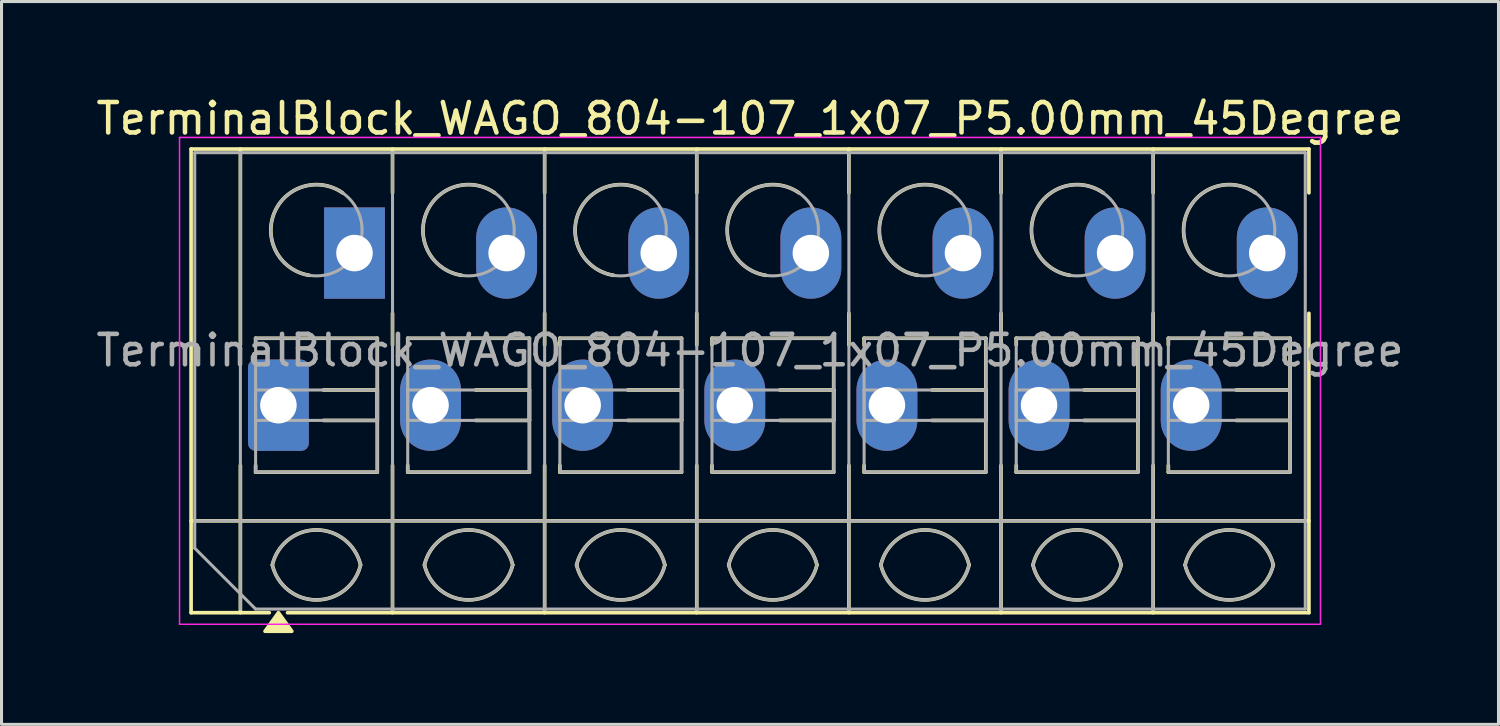
<source format=kicad_pcb>
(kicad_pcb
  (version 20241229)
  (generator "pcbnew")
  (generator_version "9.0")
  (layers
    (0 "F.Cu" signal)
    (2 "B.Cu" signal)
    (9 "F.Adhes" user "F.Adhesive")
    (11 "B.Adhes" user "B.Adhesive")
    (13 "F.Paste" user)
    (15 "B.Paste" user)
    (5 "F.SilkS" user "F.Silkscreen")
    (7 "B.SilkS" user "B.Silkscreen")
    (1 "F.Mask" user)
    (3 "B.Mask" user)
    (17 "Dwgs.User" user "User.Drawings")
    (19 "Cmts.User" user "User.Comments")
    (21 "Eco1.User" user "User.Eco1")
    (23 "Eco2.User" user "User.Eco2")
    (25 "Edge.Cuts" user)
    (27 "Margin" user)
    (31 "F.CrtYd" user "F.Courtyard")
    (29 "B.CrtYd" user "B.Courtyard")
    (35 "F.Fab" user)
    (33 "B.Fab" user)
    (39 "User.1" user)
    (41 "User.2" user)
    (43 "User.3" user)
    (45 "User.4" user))
  (footprint "TerminalBlock_WAGO_804-107_1x07_P5.00mm_45Degree"
    (layer "F.Cu")
    (at 6.101 10.268)
    (property "Reference" "TerminalBlock_WAGO_804-107_1x07_P5.00mm_45Degree" (at 15.5 -9.42 0) (layer "F.SilkS") (effects (font (size 1 1) (thickness 0.15))))
    (attr through_hole)
    (fp_line (start -2.87 -8.42) (end 33.87 -8.42) (stroke (width 0.12) (type solid)) (layer "F.SilkS"))
    (fp_line (start -2.87 3.8) (end 33.87 3.8) (stroke (width 0.12) (type solid)) (layer "F.SilkS"))
    (fp_line (start -2.87 6.82) (end -2.87 -8.42) (stroke (width 0.12) (type solid)) (layer "F.SilkS"))
    (fp_line (start -1.25 -8.42) (end -1.25 -1.98) (stroke (width 0.12) (type solid)) (layer "F.SilkS"))
    (fp_line (start -1.25 1.98) (end -1.25 6.82) (stroke (width 0.12) (type solid)) (layer "F.SilkS"))
    (fp_line (start -0.75 -2.2) (end 3.25 -2.2) (stroke (width 0.12) (type solid)) (layer "F.SilkS"))
    (fp_line (start -0.75 -1.98) (end -0.75 -2.2) (stroke (width 0.12) (type solid)) (layer "F.SilkS"))
    (fp_line (start -0.75 2.2) (end -0.75 1.98) (stroke (width 0.12) (type solid)) (layer "F.SilkS"))
    (fp_line (start -0.3 6.82) (end -2.87 6.82) (stroke (width 0.12) (type solid)) (layer "F.SilkS"))
    (fp_line (start 1.48 -0.5) (end 3.25 -0.5) (stroke (width 0.12) (type solid)) (layer "F.SilkS"))
    (fp_line (start 3.25 -2.2) (end 3.25 2.2) (stroke (width 0.12) (type solid)) (layer "F.SilkS"))
    (fp_line (start 3.25 -0.5) (end 3.25 0.5) (stroke (width 0.12) (type solid)) (layer "F.SilkS"))
    (fp_line (start 3.25 0.5) (end 1.48 0.5) (stroke (width 0.12) (type solid)) (layer "F.SilkS"))
    (fp_line (start 3.25 2.2) (end -0.75 2.2) (stroke (width 0.12) (type solid)) (layer "F.SilkS"))
    (fp_line (start 3.75 -8.42) (end 3.75 -6.98) (stroke (width 0.12) (type solid)) (layer "F.SilkS"))
    (fp_line (start 3.75 -3.02) (end 3.75 -1.98) (stroke (width 0.12) (type solid)) (layer "F.SilkS"))
    (fp_line (start 3.75 1.98) (end 3.75 6.82) (stroke (width 0.12) (type solid)) (layer "F.SilkS"))
    (fp_line (start 4.25 -2.2) (end 8.25 -2.2) (stroke (width 0.12) (type solid)) (layer "F.SilkS"))
    (fp_line (start 4.25 -1.98) (end 4.25 -2.2) (stroke (width 0.12) (type solid)) (layer "F.SilkS"))
    (fp_line (start 4.25 2.2) (end 4.25 1.98) (stroke (width 0.12) (type solid)) (layer "F.SilkS"))
    (fp_line (start 6.48 -0.5) (end 8.25 -0.5) (stroke (width 0.12) (type solid)) (layer "F.SilkS"))
    (fp_line (start 8.25 -2.2) (end 8.25 2.2) (stroke (width 0.12) (type solid)) (layer "F.SilkS"))
    (fp_line (start 8.25 -0.5) (end 8.25 0.5) (stroke (width 0.12) (type solid)) (layer "F.SilkS"))
    (fp_line (start 8.25 0.5) (end 6.48 0.5) (stroke (width 0.12) (type solid)) (layer "F.SilkS"))
    (fp_line (start 8.25 2.2) (end 4.25 2.2) (stroke (width 0.12) (type solid)) (layer "F.SilkS"))
    (fp_line (start 8.75 -8.42) (end 8.75 -6.98) (stroke (width 0.12) (type solid)) (layer "F.SilkS"))
    (fp_line (start 8.75 -3.02) (end 8.75 -1.98) (stroke (width 0.12) (type solid)) (layer "F.SilkS"))
    (fp_line (start 8.75 1.98) (end 8.75 6.82) (stroke (width 0.12) (type solid)) (layer "F.SilkS"))
    (fp_line (start 9.25 -2.2) (end 13.25 -2.2) (stroke (width 0.12) (type solid)) (layer "F.SilkS"))
    (fp_line (start 9.25 -1.98) (end 9.25 -2.2) (stroke (width 0.12) (type solid)) (layer "F.SilkS"))
    (fp_line (start 9.25 2.2) (end 9.25 1.98) (stroke (width 0.12) (type solid)) (layer "F.SilkS"))
    (fp_line (start 11.48 -0.5) (end 13.25 -0.5) (stroke (width 0.12) (type solid)) (layer "F.SilkS"))
    (fp_line (start 13.25 -2.2) (end 13.25 2.2) (stroke (width 0.12) (type solid)) (layer "F.SilkS"))
    (fp_line (start 13.25 -0.5) (end 13.25 0.5) (stroke (width 0.12) (type solid)) (layer "F.SilkS"))
    (fp_line (start 13.25 0.5) (end 11.48 0.5) (stroke (width 0.12) (type solid)) (layer "F.SilkS"))
    (fp_line (start 13.25 2.2) (end 9.25 2.2) (stroke (width 0.12) (type solid)) (layer "F.SilkS"))
    (fp_line (start 13.75 -8.42) (end 13.75 -6.98) (stroke (width 0.12) (type solid)) (layer "F.SilkS"))
    (fp_line (start 13.75 -3.02) (end 13.75 -1.98) (stroke (width 0.12) (type solid)) (layer "F.SilkS"))
    (fp_line (start 13.75 1.98) (end 13.75 6.82) (stroke (width 0.12) (type solid)) (layer "F.SilkS"))
    (fp_line (start 14.25 -2.2) (end 18.25 -2.2) (stroke (width 0.12) (type solid)) (layer "F.SilkS"))
    (fp_line (start 14.25 -1.98) (end 14.25 -2.2) (stroke (width 0.12) (type solid)) (layer "F.SilkS"))
    (fp_line (start 14.25 2.2) (end 14.25 1.98) (stroke (width 0.12) (type solid)) (layer "F.SilkS"))
    (fp_line (start 16.48 -0.5) (end 18.25 -0.5) (stroke (width 0.12) (type solid)) (layer "F.SilkS"))
    (fp_line (start 18.25 -2.2) (end 18.25 2.2) (stroke (width 0.12) (type solid)) (layer "F.SilkS"))
    (fp_line (start 18.25 -0.5) (end 18.25 0.5) (stroke (width 0.12) (type solid)) (layer "F.SilkS"))
    (fp_line (start 18.25 0.5) (end 16.48 0.5) (stroke (width 0.12) (type solid)) (layer "F.SilkS"))
    (fp_line (start 18.25 2.2) (end 14.25 2.2) (stroke (width 0.12) (type solid)) (layer "F.SilkS"))
    (fp_line (start 18.75 -8.42) (end 18.75 -6.98) (stroke (width 0.12) (type solid)) (layer "F.SilkS"))
    (fp_line (start 18.75 -3.02) (end 18.75 -1.98) (stroke (width 0.12) (type solid)) (layer "F.SilkS"))
    (fp_line (start 18.75 1.98) (end 18.75 6.82) (stroke (width 0.12) (type solid)) (layer "F.SilkS"))
    (fp_line (start 19.25 -2.2) (end 23.25 -2.2) (stroke (width 0.12) (type solid)) (layer "F.SilkS"))
    (fp_line (start 19.25 -1.98) (end 19.25 -2.2) (stroke (width 0.12) (type solid)) (layer "F.SilkS"))
    (fp_line (start 19.25 2.2) (end 19.25 1.98) (stroke (width 0.12) (type solid)) (layer "F.SilkS"))
    (fp_line (start 21.48 -0.5) (end 23.25 -0.5) (stroke (width 0.12) (type solid)) (layer "F.SilkS"))
    (fp_line (start 23.25 -2.2) (end 23.25 2.2) (stroke (width 0.12) (type solid)) (layer "F.SilkS"))
    (fp_line (start 23.25 -0.5) (end 23.25 0.5) (stroke (width 0.12) (type solid)) (layer "F.SilkS"))
    (fp_line (start 23.25 0.5) (end 21.48 0.5) (stroke (width 0.12) (type solid)) (layer "F.SilkS"))
    (fp_line (start 23.25 2.2) (end 19.25 2.2) (stroke (width 0.12) (type solid)) (layer "F.SilkS"))
    (fp_line (start 23.75 -8.42) (end 23.75 -6.98) (stroke (width 0.12) (type solid)) (layer "F.SilkS"))
    (fp_line (start 23.75 -3.02) (end 23.75 -1.98) (stroke (width 0.12) (type solid)) (layer "F.SilkS"))
    (fp_line (start 23.75 1.98) (end 23.75 6.82) (stroke (width 0.12) (type solid)) (layer "F.SilkS"))
    (fp_line (start 24.25 -2.2) (end 28.25 -2.2) (stroke (width 0.12) (type solid)) (layer "F.SilkS"))
    (fp_line (start 24.25 -1.98) (end 24.25 -2.2) (stroke (width 0.12) (type solid)) (layer "F.SilkS"))
    (fp_line (start 24.25 2.2) (end 24.25 1.98) (stroke (width 0.12) (type solid)) (layer "F.SilkS"))
    (fp_line (start 26.48 -0.5) (end 28.25 -0.5) (stroke (width 0.12) (type solid)) (layer "F.SilkS"))
    (fp_line (start 28.25 -2.2) (end 28.25 2.2) (stroke (width 0.12) (type solid)) (layer "F.SilkS"))
    (fp_line (start 28.25 -0.5) (end 28.25 0.5) (stroke (width 0.12) (type solid)) (layer "F.SilkS"))
    (fp_line (start 28.25 0.5) (end 26.48 0.5) (stroke (width 0.12) (type solid)) (layer "F.SilkS"))
    (fp_line (start 28.25 2.2) (end 24.25 2.2) (stroke (width 0.12) (type solid)) (layer "F.SilkS"))
    (fp_line (start 28.75 -8.42) (end 28.75 -6.98) (stroke (width 0.12) (type solid)) (layer "F.SilkS"))
    (fp_line (start 28.75 -3.02) (end 28.75 -1.98) (stroke (width 0.12) (type solid)) (layer "F.SilkS"))
    (fp_line (start 28.75 1.98) (end 28.75 6.82) (stroke (width 0.12) (type solid)) (layer "F.SilkS"))
    (fp_line (start 29.25 -2.2) (end 33.25 -2.2) (stroke (width 0.12) (type solid)) (layer "F.SilkS"))
    (fp_line (start 29.25 -1.98) (end 29.25 -2.2) (stroke (width 0.12) (type solid)) (layer "F.SilkS"))
    (fp_line (start 29.25 2.2) (end 29.25 1.98) (stroke (width 0.12) (type solid)) (layer "F.SilkS"))
    (fp_line (start 31.48 -0.5) (end 33.25 -0.5) (stroke (width 0.12) (type solid)) (layer "F.SilkS"))
    (fp_line (start 33.25 -2.2) (end 33.25 2.2) (stroke (width 0.12) (type solid)) (layer "F.SilkS"))
    (fp_line (start 33.25 -0.5) (end 33.25 0.5) (stroke (width 0.12) (type solid)) (layer "F.SilkS"))
    (fp_line (start 33.25 0.5) (end 31.48 0.5) (stroke (width 0.12) (type solid)) (layer "F.SilkS"))
    (fp_line (start 33.25 2.2) (end 29.25 2.2) (stroke (width 0.12) (type solid)) (layer "F.SilkS"))
    (fp_line (start 33.87 -8.42) (end 33.87 -6.98) (stroke (width 0.12) (type solid)) (layer "F.SilkS"))
    (fp_line (start 33.87 -3.02) (end 33.87 6.82) (stroke (width 0.12) (type solid)) (layer "F.SilkS"))
    (fp_line (start 33.87 6.82) (end 0.3 6.82) (stroke (width 0.12) (type solid)) (layer "F.SilkS"))
    (fp_arc (start -0.2 5.25) (mid 1.25 4.1) (end 2.7 5.25) (stroke (width 0.12) (type solid)) (layer "F.SilkS"))
    (fp_arc (start 1.02 -4.268) (mid -0.141916 -6.309209) (end 2.109 -6.98) (stroke (width 0.12) (type solid)) (layer "F.SilkS"))
    (fp_arc (start 2.7 5.25) (mid 1.25 6.4) (end -0.2 5.25) (stroke (width 0.12) (type solid)) (layer "F.SilkS"))
    (fp_arc (start 4.8 5.25) (mid 6.25 4.1) (end 7.7 5.25) (stroke (width 0.12) (type solid)) (layer "F.SilkS"))
    (fp_arc (start 6.02 -4.268) (mid 4.858084 -6.309209) (end 7.109 -6.98) (stroke (width 0.12) (type solid)) (layer "F.SilkS"))
    (fp_arc (start 7.7 5.25) (mid 6.25 6.4) (end 4.8 5.25) (stroke (width 0.12) (type solid)) (layer "F.SilkS"))
    (fp_arc (start 9.8 5.25) (mid 11.25 4.1) (end 12.7 5.25) (stroke (width 0.12) (type solid)) (layer "F.SilkS"))
    (fp_arc (start 11.02 -4.268) (mid 9.858084 -6.309209) (end 12.109 -6.98) (stroke (width 0.12) (type solid)) (layer "F.SilkS"))
    (fp_arc (start 12.7 5.25) (mid 11.25 6.4) (end 9.8 5.25) (stroke (width 0.12) (type solid)) (layer "F.SilkS"))
    (fp_arc (start 14.8 5.25) (mid 16.25 4.1) (end 17.7 5.25) (stroke (width 0.12) (type solid)) (layer "F.SilkS"))
    (fp_arc (start 16.02 -4.268) (mid 14.858084 -6.309209) (end 17.109 -6.98) (stroke (width 0.12) (type solid)) (layer "F.SilkS"))
    (fp_arc (start 17.7 5.25) (mid 16.25 6.4) (end 14.8 5.25) (stroke (width 0.12) (type solid)) (layer "F.SilkS"))
    (fp_arc (start 19.8 5.25) (mid 21.25 4.1) (end 22.7 5.25) (stroke (width 0.12) (type solid)) (layer "F.SilkS"))
    (fp_arc (start 21.02 -4.268) (mid 19.858084 -6.309209) (end 22.109 -6.98) (stroke (width 0.12) (type solid)) (layer "F.SilkS"))
    (fp_arc (start 22.7 5.25) (mid 21.25 6.4) (end 19.8 5.25) (stroke (width 0.12) (type solid)) (layer "F.SilkS"))
    (fp_arc (start 24.8 5.25) (mid 26.25 4.1) (end 27.7 5.25) (stroke (width 0.12) (type solid)) (layer "F.SilkS"))
    (fp_arc (start 26.02 -4.268) (mid 24.858084 -6.309209) (end 27.109 -6.98) (stroke (width 0.12) (type solid)) (layer "F.SilkS"))
    (fp_arc (start 27.7 5.25) (mid 26.25 6.4) (end 24.8 5.25) (stroke (width 0.12) (type solid)) (layer "F.SilkS"))
    (fp_arc (start 29.8 5.25) (mid 31.25 4.1) (end 32.7 5.25) (stroke (width 0.12) (type solid)) (layer "F.SilkS"))
    (fp_arc (start 31.02 -4.268) (mid 29.858084 -6.309209) (end 32.109 -6.98) (stroke (width 0.12) (type solid)) (layer "F.SilkS"))
    (fp_arc (start 32.7 5.25) (mid 31.25 6.4) (end 29.8 5.25) (stroke (width 0.12) (type solid)) (layer "F.SilkS"))
    (fp_poly (pts (xy 0 6.82) (xy 0.44 7.43) (xy -0.44 7.43)) (stroke (width 0.12) (type solid)) (fill yes) (layer "F.SilkS"))
    (fp_line (start -3.25 -8.8) (end -3.25 7.2) (stroke (width 0.05) (type solid)) (layer "F.CrtYd"))
    (fp_line (start -3.25 7.2) (end 34.25 7.2) (stroke (width 0.05) (type solid)) (layer "F.CrtYd"))
    (fp_line (start 34.25 -8.8) (end -3.25 -8.8) (stroke (width 0.05) (type solid)) (layer "F.CrtYd"))
    (fp_line (start 34.25 7.2) (end 34.25 -8.8) (stroke (width 0.05) (type solid)) (layer "F.CrtYd"))
    (fp_line (start -2.75 -8.3) (end 33.75 -8.3) (stroke (width 0.1) (type solid)) (layer "F.Fab"))
    (fp_line (start -2.75 3.8) (end 33.75 3.8) (stroke (width 0.1) (type solid)) (layer "F.Fab"))
    (fp_line (start -2.75 4.7) (end -2.75 -8.3) (stroke (width 0.1) (type solid)) (layer "F.Fab"))
    (fp_line (start -1.25 -8.3) (end -1.25 6.7) (stroke (width 0.1) (type solid)) (layer "F.Fab"))
    (fp_line (start -0.75 -2.2) (end -0.75 2.2) (stroke (width 0.1) (type solid)) (layer "F.Fab"))
    (fp_line (start -0.75 -0.5) (end -0.75 0.5) (stroke (width 0.1) (type solid)) (layer "F.Fab"))
    (fp_line (start -0.75 0.5) (end 3.25 0.5) (stroke (width 0.1) (type solid)) (layer "F.Fab"))
    (fp_line (start -0.75 2.2) (end 3.25 2.2) (stroke (width 0.1) (type solid)) (layer "F.Fab"))
    (fp_line (start -0.75 6.7) (end -2.75 4.7) (stroke (width 0.1) (type solid)) (layer "F.Fab"))
    (fp_line (start 3.25 -2.2) (end -0.75 -2.2) (stroke (width 0.1) (type solid)) (layer "F.Fab"))
    (fp_line (start 3.25 -0.5) (end -0.75 -0.5) (stroke (width 0.1) (type solid)) (layer "F.Fab"))
    (fp_line (start 3.25 0.5) (end 3.25 -0.5) (stroke (width 0.1) (type solid)) (layer "F.Fab"))
    (fp_line (start 3.25 2.2) (end 3.25 -2.2) (stroke (width 0.1) (type solid)) (layer "F.Fab"))
    (fp_line (start 3.75 -8.3) (end 3.75 6.7) (stroke (width 0.1) (type solid)) (layer "F.Fab"))
    (fp_line (start 4.25 -2.2) (end 4.25 2.2) (stroke (width 0.1) (type solid)) (layer "F.Fab"))
    (fp_line (start 4.25 -0.5) (end 4.25 0.5) (stroke (width 0.1) (type solid)) (layer "F.Fab"))
    (fp_line (start 4.25 0.5) (end 8.25 0.5) (stroke (width 0.1) (type solid)) (layer "F.Fab"))
    (fp_line (start 4.25 2.2) (end 8.25 2.2) (stroke (width 0.1) (type solid)) (layer "F.Fab"))
    (fp_line (start 8.25 -2.2) (end 4.25 -2.2) (stroke (width 0.1) (type solid)) (layer "F.Fab"))
    (fp_line (start 8.25 -0.5) (end 4.25 -0.5) (stroke (width 0.1) (type solid)) (layer "F.Fab"))
    (fp_line (start 8.25 0.5) (end 8.25 -0.5) (stroke (width 0.1) (type solid)) (layer "F.Fab"))
    (fp_line (start 8.25 2.2) (end 8.25 -2.2) (stroke (width 0.1) (type solid)) (layer "F.Fab"))
    (fp_line (start 8.75 -8.3) (end 8.75 6.7) (stroke (width 0.1) (type solid)) (layer "F.Fab"))
    (fp_line (start 9.25 -2.2) (end 9.25 2.2) (stroke (width 0.1) (type solid)) (layer "F.Fab"))
    (fp_line (start 9.25 -0.5) (end 9.25 0.5) (stroke (width 0.1) (type solid)) (layer "F.Fab"))
    (fp_line (start 9.25 0.5) (end 13.25 0.5) (stroke (width 0.1) (type solid)) (layer "F.Fab"))
    (fp_line (start 9.25 2.2) (end 13.25 2.2) (stroke (width 0.1) (type solid)) (layer "F.Fab"))
    (fp_line (start 13.25 -2.2) (end 9.25 -2.2) (stroke (width 0.1) (type solid)) (layer "F.Fab"))
    (fp_line (start 13.25 -0.5) (end 9.25 -0.5) (stroke (width 0.1) (type solid)) (layer "F.Fab"))
    (fp_line (start 13.25 0.5) (end 13.25 -0.5) (stroke (width 0.1) (type solid)) (layer "F.Fab"))
    (fp_line (start 13.25 2.2) (end 13.25 -2.2) (stroke (width 0.1) (type solid)) (layer "F.Fab"))
    (fp_line (start 13.75 -8.3) (end 13.75 6.7) (stroke (width 0.1) (type solid)) (layer "F.Fab"))
    (fp_line (start 14.25 -2.2) (end 14.25 2.2) (stroke (width 0.1) (type solid)) (layer "F.Fab"))
    (fp_line (start 14.25 -0.5) (end 14.25 0.5) (stroke (width 0.1) (type solid)) (layer "F.Fab"))
    (fp_line (start 14.25 0.5) (end 18.25 0.5) (stroke (width 0.1) (type solid)) (layer "F.Fab"))
    (fp_line (start 14.25 2.2) (end 18.25 2.2) (stroke (width 0.1) (type solid)) (layer "F.Fab"))
    (fp_line (start 18.25 -2.2) (end 14.25 -2.2) (stroke (width 0.1) (type solid)) (layer "F.Fab"))
    (fp_line (start 18.25 -0.5) (end 14.25 -0.5) (stroke (width 0.1) (type solid)) (layer "F.Fab"))
    (fp_line (start 18.25 0.5) (end 18.25 -0.5) (stroke (width 0.1) (type solid)) (layer "F.Fab"))
    (fp_line (start 18.25 2.2) (end 18.25 -2.2) (stroke (width 0.1) (type solid)) (layer "F.Fab"))
    (fp_line (start 18.75 -8.3) (end 18.75 6.7) (stroke (width 0.1) (type solid)) (layer "F.Fab"))
    (fp_line (start 19.25 -2.2) (end 19.25 2.2) (stroke (width 0.1) (type solid)) (layer "F.Fab"))
    (fp_line (start 19.25 -0.5) (end 19.25 0.5) (stroke (width 0.1) (type solid)) (layer "F.Fab"))
    (fp_line (start 19.25 0.5) (end 23.25 0.5) (stroke (width 0.1) (type solid)) (layer "F.Fab"))
    (fp_line (start 19.25 2.2) (end 23.25 2.2) (stroke (width 0.1) (type solid)) (layer "F.Fab"))
    (fp_line (start 23.25 -2.2) (end 19.25 -2.2) (stroke (width 0.1) (type solid)) (layer "F.Fab"))
    (fp_line (start 23.25 -0.5) (end 19.25 -0.5) (stroke (width 0.1) (type solid)) (layer "F.Fab"))
    (fp_line (start 23.25 0.5) (end 23.25 -0.5) (stroke (width 0.1) (type solid)) (layer "F.Fab"))
    (fp_line (start 23.25 2.2) (end 23.25 -2.2) (stroke (width 0.1) (type solid)) (layer "F.Fab"))
    (fp_line (start 23.75 -8.3) (end 23.75 6.7) (stroke (width 0.1) (type solid)) (layer "F.Fab"))
    (fp_line (start 24.25 -2.2) (end 24.25 2.2) (stroke (width 0.1) (type solid)) (layer "F.Fab"))
    (fp_line (start 24.25 -0.5) (end 24.25 0.5) (stroke (width 0.1) (type solid)) (layer "F.Fab"))
    (fp_line (start 24.25 0.5) (end 28.25 0.5) (stroke (width 0.1) (type solid)) (layer "F.Fab"))
    (fp_line (start 24.25 2.2) (end 28.25 2.2) (stroke (width 0.1) (type solid)) (layer "F.Fab"))
    (fp_line (start 28.25 -2.2) (end 24.25 -2.2) (stroke (width 0.1) (type solid)) (layer "F.Fab"))
    (fp_line (start 28.25 -0.5) (end 24.25 -0.5) (stroke (width 0.1) (type solid)) (layer "F.Fab"))
    (fp_line (start 28.25 0.5) (end 28.25 -0.5) (stroke (width 0.1) (type solid)) (layer "F.Fab"))
    (fp_line (start 28.25 2.2) (end 28.25 -2.2) (stroke (width 0.1) (type solid)) (layer "F.Fab"))
    (fp_line (start 28.75 -8.3) (end 28.75 6.7) (stroke (width 0.1) (type solid)) (layer "F.Fab"))
    (fp_line (start 29.25 -2.2) (end 29.25 2.2) (stroke (width 0.1) (type solid)) (layer "F.Fab"))
    (fp_line (start 29.25 -0.5) (end 29.25 0.5) (stroke (width 0.1) (type solid)) (layer "F.Fab"))
    (fp_line (start 29.25 0.5) (end 33.25 0.5) (stroke (width 0.1) (type solid)) (layer "F.Fab"))
    (fp_line (start 29.25 2.2) (end 33.25 2.2) (stroke (width 0.1) (type solid)) (layer "F.Fab"))
    (fp_line (start 33.25 -2.2) (end 29.25 -2.2) (stroke (width 0.1) (type solid)) (layer "F.Fab"))
    (fp_line (start 33.25 -0.5) (end 29.25 -0.5) (stroke (width 0.1) (type solid)) (layer "F.Fab"))
    (fp_line (start 33.25 0.5) (end 33.25 -0.5) (stroke (width 0.1) (type solid)) (layer "F.Fab"))
    (fp_line (start 33.25 2.2) (end 33.25 -2.2) (stroke (width 0.1) (type solid)) (layer "F.Fab"))
    (fp_line (start 33.75 -8.3) (end 33.75 6.7) (stroke (width 0.1) (type solid)) (layer "F.Fab"))
    (fp_line (start 33.75 6.7) (end -0.75 6.7) (stroke (width 0.1) (type solid)) (layer "F.Fab"))
    (fp_arc (start -0.2 5.25) (mid 1.25 4.1) (end 2.7 5.25) (stroke (width 0.1) (type solid)) (layer "F.Fab"))
    (fp_arc (start 2.7 5.25) (mid 1.25 6.4) (end -0.2 5.25) (stroke (width 0.1) (type solid)) (layer "F.Fab"))
    (fp_arc (start 4.8 5.25) (mid 6.25 4.1) (end 7.7 5.25) (stroke (width 0.1) (type solid)) (layer "F.Fab"))
    (fp_arc (start 7.7 5.25) (mid 6.25 6.4) (end 4.8 5.25) (stroke (width 0.1) (type solid)) (layer "F.Fab"))
    (fp_arc (start 9.8 5.25) (mid 11.25 4.1) (end 12.7 5.25) (stroke (width 0.1) (type solid)) (layer "F.Fab"))
    (fp_arc (start 12.7 5.25) (mid 11.25 6.4) (end 9.8 5.25) (stroke (width 0.1) (type solid)) (layer "F.Fab"))
    (fp_arc (start 14.8 5.25) (mid 16.25 4.1) (end 17.7 5.25) (stroke (width 0.1) (type solid)) (layer "F.Fab"))
    (fp_arc (start 17.7 5.25) (mid 16.25 6.4) (end 14.8 5.25) (stroke (width 0.1) (type solid)) (layer "F.Fab"))
    (fp_arc (start 19.8 5.25) (mid 21.25 4.1) (end 22.7 5.25) (stroke (width 0.1) (type solid)) (layer "F.Fab"))
    (fp_arc (start 22.7 5.25) (mid 21.25 6.4) (end 19.8 5.25) (stroke (width 0.1) (type solid)) (layer "F.Fab"))
    (fp_arc (start 24.8 5.25) (mid 26.25 4.1) (end 27.7 5.25) (stroke (width 0.1) (type solid)) (layer "F.Fab"))
    (fp_arc (start 27.7 5.25) (mid 26.25 6.4) (end 24.8 5.25) (stroke (width 0.1) (type solid)) (layer "F.Fab"))
    (fp_arc (start 29.8 5.25) (mid 31.25 4.1) (end 32.7 5.25) (stroke (width 0.1) (type solid)) (layer "F.Fab"))
    (fp_arc (start 32.7 5.25) (mid 31.25 6.4) (end 29.8 5.25) (stroke (width 0.1) (type solid)) (layer "F.Fab"))
    (fp_circle (center 1.25 -5.75) (end 2.75 -5.75) (stroke (width 0.1) (type solid)) (fill no) (layer "F.Fab"))
    (fp_circle (center 6.25 -5.75) (end 7.75 -5.75) (stroke (width 0.1) (type solid)) (fill no) (layer "F.Fab"))
    (fp_circle (center 11.25 -5.75) (end 12.75 -5.75) (stroke (width 0.1) (type solid)) (fill no) (layer "F.Fab"))
    (fp_circle (center 16.25 -5.75) (end 17.75 -5.75) (stroke (width 0.1) (type solid)) (fill no) (layer "F.Fab"))
    (fp_circle (center 21.25 -5.75) (end 22.75 -5.75) (stroke (width 0.1) (type solid)) (fill no) (layer "F.Fab"))
    (fp_circle (center 26.25 -5.75) (end 27.75 -5.75) (stroke (width 0.1) (type solid)) (fill no) (layer "F.Fab"))
    (fp_circle (center 31.25 -5.75) (end 32.75 -5.75) (stroke (width 0.1) (type solid)) (fill no) (layer "F.Fab"))
    (fp_text user "${REFERENCE}" (at 15.5 -1.8 0) (layer "F.Fab") (effects (font (size 1 1) (thickness 0.15))))
    (pad "1" thru_hole roundrect (at 0 0) (size 2 3) (drill 1.2) (layers "*.Cu" "*.Mask") (roundrect_rratio 0.125))
    (pad "1" thru_hole rect (at 2.5 -5) (size 2 3) (drill 1.2) (layers "*.Cu" "*.Mask"))
    (pad "2" thru_hole oval (at 5 0) (size 2 3) (drill 1.2) (layers "*.Cu" "*.Mask"))
    (pad "2" thru_hole oval (at 7.5 -5) (size 2 3) (drill 1.2) (layers "*.Cu" "*.Mask"))
    (pad "3" thru_hole oval (at 10 0) (size 2 3) (drill 1.2) (layers "*.Cu" "*.Mask"))
    (pad "3" thru_hole oval (at 12.5 -5) (size 2 3) (drill 1.2) (layers "*.Cu" "*.Mask"))
    (pad "4" thru_hole oval (at 15 0) (size 2 3) (drill 1.2) (layers "*.Cu" "*.Mask"))
    (pad "4" thru_hole oval (at 17.5 -5) (size 2 3) (drill 1.2) (layers "*.Cu" "*.Mask"))
    (pad "5" thru_hole oval (at 20 0) (size 2 3) (drill 1.2) (layers "*.Cu" "*.Mask"))
    (pad "5" thru_hole oval (at 22.5 -5) (size 2 3) (drill 1.2) (layers "*.Cu" "*.Mask"))
    (pad "6" thru_hole oval (at 25 0) (size 2 3) (drill 1.2) (layers "*.Cu" "*.Mask"))
    (pad "6" thru_hole oval (at 27.5 -5) (size 2 3) (drill 1.2) (layers "*.Cu" "*.Mask"))
    (pad "7" thru_hole oval (at 30 0) (size 2 3) (drill 1.2) (layers "*.Cu" "*.Mask"))
    (pad "7" thru_hole oval (at 32.5 -5) (size 2 3) (drill 1.2) (layers "*.Cu" "*.Mask")))
  (gr_rect
    (start -3 -3)
    (end 46.202 20.758)
    (stroke (width 0.1) (type default))
    (fill no)
    (layer "Edge.Cuts")))
</source>
